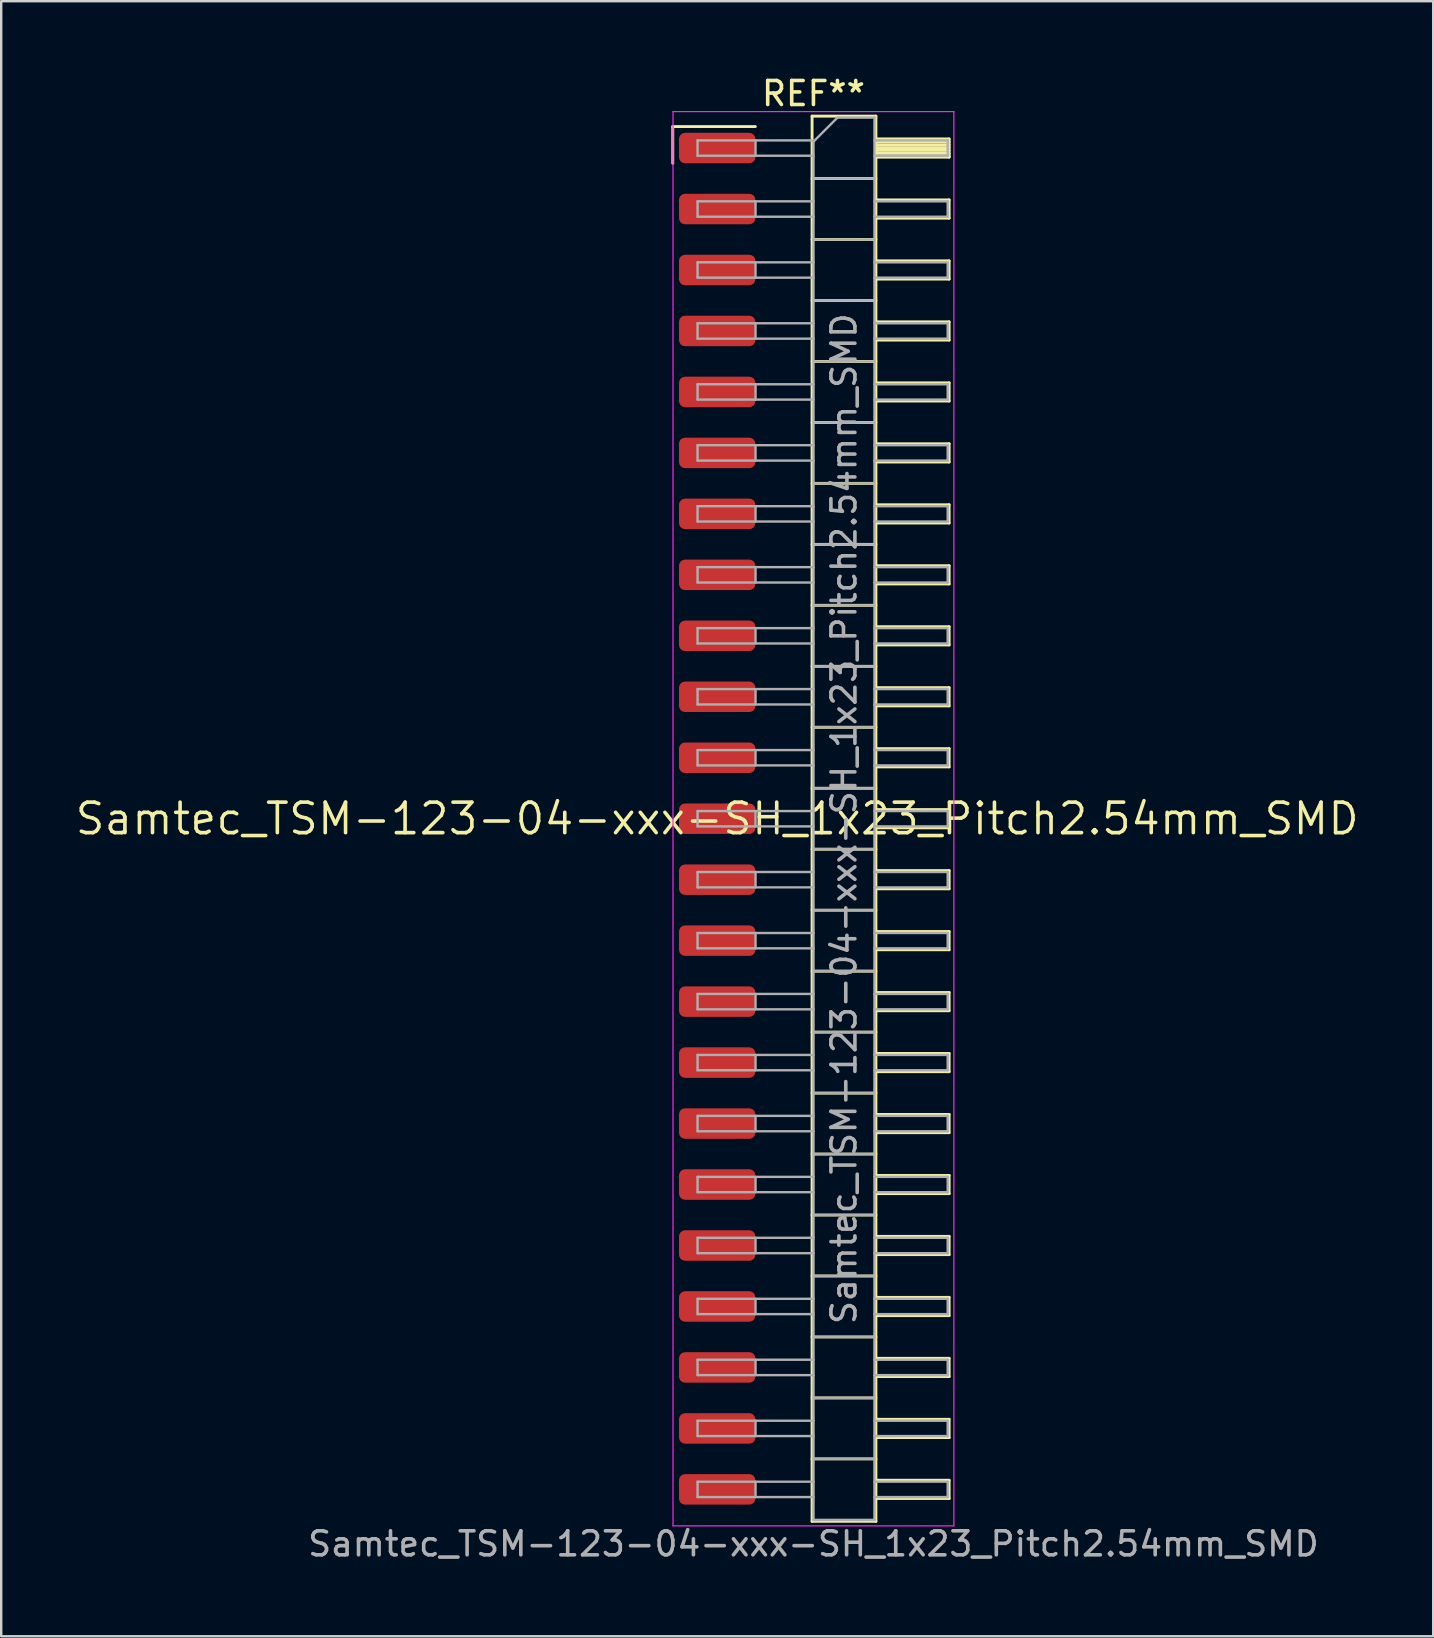
<source format=kicad_pcb>
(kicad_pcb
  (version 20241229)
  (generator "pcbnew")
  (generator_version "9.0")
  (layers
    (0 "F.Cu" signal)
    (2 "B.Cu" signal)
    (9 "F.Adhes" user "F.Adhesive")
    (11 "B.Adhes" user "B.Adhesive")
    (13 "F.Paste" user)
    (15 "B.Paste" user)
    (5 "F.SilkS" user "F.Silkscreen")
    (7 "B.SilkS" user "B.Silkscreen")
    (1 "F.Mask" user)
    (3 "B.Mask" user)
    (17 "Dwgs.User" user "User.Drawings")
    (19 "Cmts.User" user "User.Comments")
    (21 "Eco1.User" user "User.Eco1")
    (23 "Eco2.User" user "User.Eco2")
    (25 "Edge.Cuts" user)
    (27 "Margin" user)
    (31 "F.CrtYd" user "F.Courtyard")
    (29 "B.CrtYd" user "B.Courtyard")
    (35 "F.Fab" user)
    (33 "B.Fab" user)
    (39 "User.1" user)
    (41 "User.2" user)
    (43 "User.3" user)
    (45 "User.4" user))
  (footprint "Samtec_TSM-123-04-xxx-SH_1x23_Pitch2.54mm_SMD"
    (layer "F.Cu")
    (at 26.828 31.058)
    (property "Reference" "Samtec_TSM-123-04-xxx-SH_1x23_Pitch2.54mm_SMD" (at 0 0 0) (layer "F.SilkS") (effects (font (size 1.27 1.27) (thickness 0.15))))
    (attr smd)
    (fp_line (start -1.85 -28.835) (end 1.59 -28.835) (stroke (width 0.12) (type solid)) (layer "F.SilkS"))
    (fp_line (start -1.85 -27.305) (end -1.85 -28.835) (stroke (width 0.12) (type solid)) (layer "F.SilkS"))
    (fp_line (start 3.953 -29.27) (end 6.613 -29.27) (stroke (width 0.12) (type solid)) (layer "F.SilkS"))
    (fp_line (start 3.953 -26.67) (end 6.613 -26.67) (stroke (width 0.12) (type solid)) (layer "F.SilkS"))
    (fp_line (start 3.953 -24.13) (end 6.613 -24.13) (stroke (width 0.12) (type solid)) (layer "F.SilkS"))
    (fp_line (start 3.953 -21.59) (end 6.613 -21.59) (stroke (width 0.12) (type solid)) (layer "F.SilkS"))
    (fp_line (start 3.953 -19.05) (end 6.613 -19.05) (stroke (width 0.12) (type solid)) (layer "F.SilkS"))
    (fp_line (start 3.953 -16.51) (end 6.613 -16.51) (stroke (width 0.12) (type solid)) (layer "F.SilkS"))
    (fp_line (start 3.953 -13.97) (end 6.613 -13.97) (stroke (width 0.12) (type solid)) (layer "F.SilkS"))
    (fp_line (start 3.953 -11.43) (end 6.613 -11.43) (stroke (width 0.12) (type solid)) (layer "F.SilkS"))
    (fp_line (start 3.953 -8.89) (end 6.613 -8.89) (stroke (width 0.12) (type solid)) (layer "F.SilkS"))
    (fp_line (start 3.953 -6.35) (end 6.613 -6.35) (stroke (width 0.12) (type solid)) (layer "F.SilkS"))
    (fp_line (start 3.953 -3.81) (end 6.613 -3.81) (stroke (width 0.12) (type solid)) (layer "F.SilkS"))
    (fp_line (start 3.953 -1.27) (end 6.613 -1.27) (stroke (width 0.12) (type solid)) (layer "F.SilkS"))
    (fp_line (start 3.953 1.27) (end 6.613 1.27) (stroke (width 0.12) (type solid)) (layer "F.SilkS"))
    (fp_line (start 3.953 3.81) (end 6.613 3.81) (stroke (width 0.12) (type solid)) (layer "F.SilkS"))
    (fp_line (start 3.953 6.35) (end 6.613 6.35) (stroke (width 0.12) (type solid)) (layer "F.SilkS"))
    (fp_line (start 3.953 8.89) (end 6.613 8.89) (stroke (width 0.12) (type solid)) (layer "F.SilkS"))
    (fp_line (start 3.953 11.43) (end 6.613 11.43) (stroke (width 0.12) (type solid)) (layer "F.SilkS"))
    (fp_line (start 3.953 13.97) (end 6.613 13.97) (stroke (width 0.12) (type solid)) (layer "F.SilkS"))
    (fp_line (start 3.953 16.51) (end 6.613 16.51) (stroke (width 0.12) (type solid)) (layer "F.SilkS"))
    (fp_line (start 3.953 19.05) (end 6.613 19.05) (stroke (width 0.12) (type solid)) (layer "F.SilkS"))
    (fp_line (start 3.953 21.59) (end 6.613 21.59) (stroke (width 0.12) (type solid)) (layer "F.SilkS"))
    (fp_line (start 3.953 24.13) (end 6.613 24.13) (stroke (width 0.12) (type solid)) (layer "F.SilkS"))
    (fp_line (start 3.953 26.67) (end 6.613 26.67) (stroke (width 0.12) (type solid)) (layer "F.SilkS"))
    (fp_line (start 3.953 29.27) (end 3.953 -29.27) (stroke (width 0.12) (type solid)) (layer "F.SilkS"))
    (fp_line (start 6.613 -29.27) (end 6.613 29.27) (stroke (width 0.12) (type solid)) (layer "F.SilkS"))
    (fp_line (start 6.613 -28.32) (end 9.663 -28.32) (stroke (width 0.12) (type solid)) (layer "F.SilkS"))
    (fp_line (start 6.613 -28.2) (end 9.663 -28.2) (stroke (width 0.12) (type solid)) (layer "F.SilkS"))
    (fp_line (start 6.613 -28.08) (end 9.663 -28.08) (stroke (width 0.12) (type solid)) (layer "F.SilkS"))
    (fp_line (start 6.613 -27.96) (end 9.663 -27.96) (stroke (width 0.12) (type solid)) (layer "F.SilkS"))
    (fp_line (start 6.613 -27.84) (end 9.663 -27.84) (stroke (width 0.12) (type solid)) (layer "F.SilkS"))
    (fp_line (start 6.613 -27.72) (end 9.663 -27.72) (stroke (width 0.12) (type solid)) (layer "F.SilkS"))
    (fp_line (start 6.613 -27.6) (end 9.663 -27.6) (stroke (width 0.12) (type solid)) (layer "F.SilkS"))
    (fp_line (start 6.613 -27.56) (end 9.663 -27.56) (stroke (width 0.12) (type solid)) (layer "F.SilkS"))
    (fp_line (start 6.613 -25.78) (end 9.663 -25.78) (stroke (width 0.12) (type solid)) (layer "F.SilkS"))
    (fp_line (start 6.613 -25.02) (end 9.663 -25.02) (stroke (width 0.12) (type solid)) (layer "F.SilkS"))
    (fp_line (start 6.613 -23.24) (end 9.663 -23.24) (stroke (width 0.12) (type solid)) (layer "F.SilkS"))
    (fp_line (start 6.613 -22.48) (end 9.663 -22.48) (stroke (width 0.12) (type solid)) (layer "F.SilkS"))
    (fp_line (start 6.613 -20.7) (end 9.663 -20.7) (stroke (width 0.12) (type solid)) (layer "F.SilkS"))
    (fp_line (start 6.613 -19.94) (end 9.663 -19.94) (stroke (width 0.12) (type solid)) (layer "F.SilkS"))
    (fp_line (start 6.613 -18.16) (end 9.663 -18.16) (stroke (width 0.12) (type solid)) (layer "F.SilkS"))
    (fp_line (start 6.613 -17.4) (end 9.663 -17.4) (stroke (width 0.12) (type solid)) (layer "F.SilkS"))
    (fp_line (start 6.613 -15.62) (end 9.663 -15.62) (stroke (width 0.12) (type solid)) (layer "F.SilkS"))
    (fp_line (start 6.613 -14.86) (end 9.663 -14.86) (stroke (width 0.12) (type solid)) (layer "F.SilkS"))
    (fp_line (start 6.613 -13.08) (end 9.663 -13.08) (stroke (width 0.12) (type solid)) (layer "F.SilkS"))
    (fp_line (start 6.613 -12.32) (end 9.663 -12.32) (stroke (width 0.12) (type solid)) (layer "F.SilkS"))
    (fp_line (start 6.613 -10.54) (end 9.663 -10.54) (stroke (width 0.12) (type solid)) (layer "F.SilkS"))
    (fp_line (start 6.613 -9.78) (end 9.663 -9.78) (stroke (width 0.12) (type solid)) (layer "F.SilkS"))
    (fp_line (start 6.613 -8) (end 9.663 -8) (stroke (width 0.12) (type solid)) (layer "F.SilkS"))
    (fp_line (start 6.613 -7.24) (end 9.663 -7.24) (stroke (width 0.12) (type solid)) (layer "F.SilkS"))
    (fp_line (start 6.613 -5.46) (end 9.663 -5.46) (stroke (width 0.12) (type solid)) (layer "F.SilkS"))
    (fp_line (start 6.613 -4.7) (end 9.663 -4.7) (stroke (width 0.12) (type solid)) (layer "F.SilkS"))
    (fp_line (start 6.613 -2.92) (end 9.663 -2.92) (stroke (width 0.12) (type solid)) (layer "F.SilkS"))
    (fp_line (start 6.613 -2.16) (end 9.663 -2.16) (stroke (width 0.12) (type solid)) (layer "F.SilkS"))
    (fp_line (start 6.613 -0.38) (end 9.663 -0.38) (stroke (width 0.12) (type solid)) (layer "F.SilkS"))
    (fp_line (start 6.613 0.38) (end 9.663 0.38) (stroke (width 0.12) (type solid)) (layer "F.SilkS"))
    (fp_line (start 6.613 2.16) (end 9.663 2.16) (stroke (width 0.12) (type solid)) (layer "F.SilkS"))
    (fp_line (start 6.613 2.92) (end 9.663 2.92) (stroke (width 0.12) (type solid)) (layer "F.SilkS"))
    (fp_line (start 6.613 4.7) (end 9.663 4.7) (stroke (width 0.12) (type solid)) (layer "F.SilkS"))
    (fp_line (start 6.613 5.46) (end 9.663 5.46) (stroke (width 0.12) (type solid)) (layer "F.SilkS"))
    (fp_line (start 6.613 7.24) (end 9.663 7.24) (stroke (width 0.12) (type solid)) (layer "F.SilkS"))
    (fp_line (start 6.613 8) (end 9.663 8) (stroke (width 0.12) (type solid)) (layer "F.SilkS"))
    (fp_line (start 6.613 9.78) (end 9.663 9.78) (stroke (width 0.12) (type solid)) (layer "F.SilkS"))
    (fp_line (start 6.613 10.54) (end 9.663 10.54) (stroke (width 0.12) (type solid)) (layer "F.SilkS"))
    (fp_line (start 6.613 12.32) (end 9.663 12.32) (stroke (width 0.12) (type solid)) (layer "F.SilkS"))
    (fp_line (start 6.613 13.08) (end 9.663 13.08) (stroke (width 0.12) (type solid)) (layer "F.SilkS"))
    (fp_line (start 6.613 14.86) (end 9.663 14.86) (stroke (width 0.12) (type solid)) (layer "F.SilkS"))
    (fp_line (start 6.613 15.62) (end 9.663 15.62) (stroke (width 0.12) (type solid)) (layer "F.SilkS"))
    (fp_line (start 6.613 17.4) (end 9.663 17.4) (stroke (width 0.12) (type solid)) (layer "F.SilkS"))
    (fp_line (start 6.613 18.16) (end 9.663 18.16) (stroke (width 0.12) (type solid)) (layer "F.SilkS"))
    (fp_line (start 6.613 19.94) (end 9.663 19.94) (stroke (width 0.12) (type solid)) (layer "F.SilkS"))
    (fp_line (start 6.613 20.7) (end 9.663 20.7) (stroke (width 0.12) (type solid)) (layer "F.SilkS"))
    (fp_line (start 6.613 22.48) (end 9.663 22.48) (stroke (width 0.12) (type solid)) (layer "F.SilkS"))
    (fp_line (start 6.613 23.24) (end 9.663 23.24) (stroke (width 0.12) (type solid)) (layer "F.SilkS"))
    (fp_line (start 6.613 25.02) (end 9.663 25.02) (stroke (width 0.12) (type solid)) (layer "F.SilkS"))
    (fp_line (start 6.613 25.78) (end 9.663 25.78) (stroke (width 0.12) (type solid)) (layer "F.SilkS"))
    (fp_line (start 6.613 27.56) (end 9.663 27.56) (stroke (width 0.12) (type solid)) (layer "F.SilkS"))
    (fp_line (start 6.613 28.32) (end 9.663 28.32) (stroke (width 0.12) (type solid)) (layer "F.SilkS"))
    (fp_line (start 6.613 29.27) (end 3.953 29.27) (stroke (width 0.12) (type solid)) (layer "F.SilkS"))
    (fp_line (start 9.663 -28.32) (end 9.663 -27.56) (stroke (width 0.12) (type solid)) (layer "F.SilkS"))
    (fp_line (start 9.663 -25.78) (end 9.663 -25.02) (stroke (width 0.12) (type solid)) (layer "F.SilkS"))
    (fp_line (start 9.663 -23.24) (end 9.663 -22.48) (stroke (width 0.12) (type solid)) (layer "F.SilkS"))
    (fp_line (start 9.663 -20.7) (end 9.663 -19.94) (stroke (width 0.12) (type solid)) (layer "F.SilkS"))
    (fp_line (start 9.663 -18.16) (end 9.663 -17.4) (stroke (width 0.12) (type solid)) (layer "F.SilkS"))
    (fp_line (start 9.663 -15.62) (end 9.663 -14.86) (stroke (width 0.12) (type solid)) (layer "F.SilkS"))
    (fp_line (start 9.663 -13.08) (end 9.663 -12.32) (stroke (width 0.12) (type solid)) (layer "F.SilkS"))
    (fp_line (start 9.663 -10.54) (end 9.663 -9.78) (stroke (width 0.12) (type solid)) (layer "F.SilkS"))
    (fp_line (start 9.663 -8) (end 9.663 -7.24) (stroke (width 0.12) (type solid)) (layer "F.SilkS"))
    (fp_line (start 9.663 -5.46) (end 9.663 -4.7) (stroke (width 0.12) (type solid)) (layer "F.SilkS"))
    (fp_line (start 9.663 -2.92) (end 9.663 -2.16) (stroke (width 0.12) (type solid)) (layer "F.SilkS"))
    (fp_line (start 9.663 -0.38) (end 9.663 0.38) (stroke (width 0.12) (type solid)) (layer "F.SilkS"))
    (fp_line (start 9.663 2.16) (end 9.663 2.92) (stroke (width 0.12) (type solid)) (layer "F.SilkS"))
    (fp_line (start 9.663 4.7) (end 9.663 5.46) (stroke (width 0.12) (type solid)) (layer "F.SilkS"))
    (fp_line (start 9.663 7.24) (end 9.663 8) (stroke (width 0.12) (type solid)) (layer "F.SilkS"))
    (fp_line (start 9.663 9.78) (end 9.663 10.54) (stroke (width 0.12) (type solid)) (layer "F.SilkS"))
    (fp_line (start 9.663 12.32) (end 9.663 13.08) (stroke (width 0.12) (type solid)) (layer "F.SilkS"))
    (fp_line (start 9.663 14.86) (end 9.663 15.62) (stroke (width 0.12) (type solid)) (layer "F.SilkS"))
    (fp_line (start 9.663 17.4) (end 9.663 18.16) (stroke (width 0.12) (type solid)) (layer "F.SilkS"))
    (fp_line (start 9.663 19.94) (end 9.663 20.7) (stroke (width 0.12) (type solid)) (layer "F.SilkS"))
    (fp_line (start 9.663 22.48) (end 9.663 23.24) (stroke (width 0.12) (type solid)) (layer "F.SilkS"))
    (fp_line (start 9.663 25.02) (end 9.663 25.78) (stroke (width 0.12) (type solid)) (layer "F.SilkS"))
    (fp_line (start 9.663 27.56) (end 9.663 28.32) (stroke (width 0.12) (type solid)) (layer "F.SilkS"))
    (fp_line (start -1.84 -29.46) (end 9.86 -29.46) (stroke (width 0.05) (type solid)) (layer "F.CrtYd"))
    (fp_line (start -1.84 29.46) (end -1.84 -29.46) (stroke (width 0.05) (type solid)) (layer "F.CrtYd"))
    (fp_line (start 9.86 -29.46) (end 9.86 29.46) (stroke (width 0.05) (type solid)) (layer "F.CrtYd"))
    (fp_line (start 9.86 29.46) (end -1.84 29.46) (stroke (width 0.05) (type solid)) (layer "F.CrtYd"))
    (fp_line (start -0.817 -28.26) (end -0.817 -27.62) (stroke (width 0.1) (type solid)) (layer "F.Fab"))
    (fp_line (start -0.817 -28.26) (end 4.013 -28.26) (stroke (width 0.1) (type solid)) (layer "F.Fab"))
    (fp_line (start -0.817 -27.62) (end 4.013 -27.62) (stroke (width 0.1) (type solid)) (layer "F.Fab"))
    (fp_line (start -0.817 -25.72) (end -0.817 -25.08) (stroke (width 0.1) (type solid)) (layer "F.Fab"))
    (fp_line (start -0.817 -25.72) (end 4.013 -25.72) (stroke (width 0.1) (type solid)) (layer "F.Fab"))
    (fp_line (start -0.817 -25.08) (end 4.013 -25.08) (stroke (width 0.1) (type solid)) (layer "F.Fab"))
    (fp_line (start -0.817 -23.18) (end -0.817 -22.54) (stroke (width 0.1) (type solid)) (layer "F.Fab"))
    (fp_line (start -0.817 -23.18) (end 4.013 -23.18) (stroke (width 0.1) (type solid)) (layer "F.Fab"))
    (fp_line (start -0.817 -22.54) (end 4.013 -22.54) (stroke (width 0.1) (type solid)) (layer "F.Fab"))
    (fp_line (start -0.817 -20.64) (end -0.817 -20) (stroke (width 0.1) (type solid)) (layer "F.Fab"))
    (fp_line (start -0.817 -20.64) (end 4.013 -20.64) (stroke (width 0.1) (type solid)) (layer "F.Fab"))
    (fp_line (start -0.817 -20) (end 4.013 -20) (stroke (width 0.1) (type solid)) (layer "F.Fab"))
    (fp_line (start -0.817 -18.1) (end -0.817 -17.46) (stroke (width 0.1) (type solid)) (layer "F.Fab"))
    (fp_line (start -0.817 -18.1) (end 4.013 -18.1) (stroke (width 0.1) (type solid)) (layer "F.Fab"))
    (fp_line (start -0.817 -17.46) (end 4.013 -17.46) (stroke (width 0.1) (type solid)) (layer "F.Fab"))
    (fp_line (start -0.817 -15.56) (end -0.817 -14.92) (stroke (width 0.1) (type solid)) (layer "F.Fab"))
    (fp_line (start -0.817 -15.56) (end 4.013 -15.56) (stroke (width 0.1) (type solid)) (layer "F.Fab"))
    (fp_line (start -0.817 -14.92) (end 4.013 -14.92) (stroke (width 0.1) (type solid)) (layer "F.Fab"))
    (fp_line (start -0.817 -13.02) (end -0.817 -12.38) (stroke (width 0.1) (type solid)) (layer "F.Fab"))
    (fp_line (start -0.817 -13.02) (end 4.013 -13.02) (stroke (width 0.1) (type solid)) (layer "F.Fab"))
    (fp_line (start -0.817 -12.38) (end 4.013 -12.38) (stroke (width 0.1) (type solid)) (layer "F.Fab"))
    (fp_line (start -0.817 -10.48) (end -0.817 -9.84) (stroke (width 0.1) (type solid)) (layer "F.Fab"))
    (fp_line (start -0.817 -10.48) (end 4.013 -10.48) (stroke (width 0.1) (type solid)) (layer "F.Fab"))
    (fp_line (start -0.817 -9.84) (end 4.013 -9.84) (stroke (width 0.1) (type solid)) (layer "F.Fab"))
    (fp_line (start -0.817 -7.94) (end -0.817 -7.3) (stroke (width 0.1) (type solid)) (layer "F.Fab"))
    (fp_line (start -0.817 -7.94) (end 4.013 -7.94) (stroke (width 0.1) (type solid)) (layer "F.Fab"))
    (fp_line (start -0.817 -7.3) (end 4.013 -7.3) (stroke (width 0.1) (type solid)) (layer "F.Fab"))
    (fp_line (start -0.817 -5.4) (end -0.817 -4.76) (stroke (width 0.1) (type solid)) (layer "F.Fab"))
    (fp_line (start -0.817 -5.4) (end 4.013 -5.4) (stroke (width 0.1) (type solid)) (layer "F.Fab"))
    (fp_line (start -0.817 -4.76) (end 4.013 -4.76) (stroke (width 0.1) (type solid)) (layer "F.Fab"))
    (fp_line (start -0.817 -2.86) (end -0.817 -2.22) (stroke (width 0.1) (type solid)) (layer "F.Fab"))
    (fp_line (start -0.817 -2.86) (end 4.013 -2.86) (stroke (width 0.1) (type solid)) (layer "F.Fab"))
    (fp_line (start -0.817 -2.22) (end 4.013 -2.22) (stroke (width 0.1) (type solid)) (layer "F.Fab"))
    (fp_line (start -0.817 -0.32) (end -0.817 0.32) (stroke (width 0.1) (type solid)) (layer "F.Fab"))
    (fp_line (start -0.817 -0.32) (end 4.013 -0.32) (stroke (width 0.1) (type solid)) (layer "F.Fab"))
    (fp_line (start -0.817 0.32) (end 4.013 0.32) (stroke (width 0.1) (type solid)) (layer "F.Fab"))
    (fp_line (start -0.817 2.22) (end -0.817 2.86) (stroke (width 0.1) (type solid)) (layer "F.Fab"))
    (fp_line (start -0.817 2.22) (end 4.013 2.22) (stroke (width 0.1) (type solid)) (layer "F.Fab"))
    (fp_line (start -0.817 2.86) (end 4.013 2.86) (stroke (width 0.1) (type solid)) (layer "F.Fab"))
    (fp_line (start -0.817 4.76) (end -0.817 5.4) (stroke (width 0.1) (type solid)) (layer "F.Fab"))
    (fp_line (start -0.817 4.76) (end 4.013 4.76) (stroke (width 0.1) (type solid)) (layer "F.Fab"))
    (fp_line (start -0.817 5.4) (end 4.013 5.4) (stroke (width 0.1) (type solid)) (layer "F.Fab"))
    (fp_line (start -0.817 7.3) (end -0.817 7.94) (stroke (width 0.1) (type solid)) (layer "F.Fab"))
    (fp_line (start -0.817 7.3) (end 4.013 7.3) (stroke (width 0.1) (type solid)) (layer "F.Fab"))
    (fp_line (start -0.817 7.94) (end 4.013 7.94) (stroke (width 0.1) (type solid)) (layer "F.Fab"))
    (fp_line (start -0.817 9.84) (end -0.817 10.48) (stroke (width 0.1) (type solid)) (layer "F.Fab"))
    (fp_line (start -0.817 9.84) (end 4.013 9.84) (stroke (width 0.1) (type solid)) (layer "F.Fab"))
    (fp_line (start -0.817 10.48) (end 4.013 10.48) (stroke (width 0.1) (type solid)) (layer "F.Fab"))
    (fp_line (start -0.817 12.38) (end -0.817 13.02) (stroke (width 0.1) (type solid)) (layer "F.Fab"))
    (fp_line (start -0.817 12.38) (end 4.013 12.38) (stroke (width 0.1) (type solid)) (layer "F.Fab"))
    (fp_line (start -0.817 13.02) (end 4.013 13.02) (stroke (width 0.1) (type solid)) (layer "F.Fab"))
    (fp_line (start -0.817 14.92) (end -0.817 15.56) (stroke (width 0.1) (type solid)) (layer "F.Fab"))
    (fp_line (start -0.817 14.92) (end 4.013 14.92) (stroke (width 0.1) (type solid)) (layer "F.Fab"))
    (fp_line (start -0.817 15.56) (end 4.013 15.56) (stroke (width 0.1) (type solid)) (layer "F.Fab"))
    (fp_line (start -0.817 17.46) (end -0.817 18.1) (stroke (width 0.1) (type solid)) (layer "F.Fab"))
    (fp_line (start -0.817 17.46) (end 4.013 17.46) (stroke (width 0.1) (type solid)) (layer "F.Fab"))
    (fp_line (start -0.817 18.1) (end 4.013 18.1) (stroke (width 0.1) (type solid)) (layer "F.Fab"))
    (fp_line (start -0.817 20) (end -0.817 20.64) (stroke (width 0.1) (type solid)) (layer "F.Fab"))
    (fp_line (start -0.817 20) (end 4.013 20) (stroke (width 0.1) (type solid)) (layer "F.Fab"))
    (fp_line (start -0.817 20.64) (end 4.013 20.64) (stroke (width 0.1) (type solid)) (layer "F.Fab"))
    (fp_line (start -0.817 22.54) (end -0.817 23.18) (stroke (width 0.1) (type solid)) (layer "F.Fab"))
    (fp_line (start -0.817 22.54) (end 4.013 22.54) (stroke (width 0.1) (type solid)) (layer "F.Fab"))
    (fp_line (start -0.817 23.18) (end 4.013 23.18) (stroke (width 0.1) (type solid)) (layer "F.Fab"))
    (fp_line (start -0.817 25.08) (end -0.817 25.72) (stroke (width 0.1) (type solid)) (layer "F.Fab"))
    (fp_line (start -0.817 25.08) (end 4.013 25.08) (stroke (width 0.1) (type solid)) (layer "F.Fab"))
    (fp_line (start -0.817 25.72) (end 4.013 25.72) (stroke (width 0.1) (type solid)) (layer "F.Fab"))
    (fp_line (start -0.817 27.62) (end -0.817 28.26) (stroke (width 0.1) (type solid)) (layer "F.Fab"))
    (fp_line (start -0.817 27.62) (end 4.013 27.62) (stroke (width 0.1) (type solid)) (layer "F.Fab"))
    (fp_line (start -0.817 28.26) (end 4.013 28.26) (stroke (width 0.1) (type solid)) (layer "F.Fab"))
    (fp_line (start 1.598 -28.26) (end 1.598 -27.62) (stroke (width 0.1) (type solid)) (layer "F.Fab"))
    (fp_line (start 1.598 -25.72) (end 1.598 -25.08) (stroke (width 0.1) (type solid)) (layer "F.Fab"))
    (fp_line (start 1.598 -23.18) (end 1.598 -22.54) (stroke (width 0.1) (type solid)) (layer "F.Fab"))
    (fp_line (start 1.598 -20.64) (end 1.598 -20) (stroke (width 0.1) (type solid)) (layer "F.Fab"))
    (fp_line (start 1.598 -18.1) (end 1.598 -17.46) (stroke (width 0.1) (type solid)) (layer "F.Fab"))
    (fp_line (start 1.598 -15.56) (end 1.598 -14.92) (stroke (width 0.1) (type solid)) (layer "F.Fab"))
    (fp_line (start 1.598 -13.02) (end 1.598 -12.38) (stroke (width 0.1) (type solid)) (layer "F.Fab"))
    (fp_line (start 1.598 -10.48) (end 1.598 -9.84) (stroke (width 0.1) (type solid)) (layer "F.Fab"))
    (fp_line (start 1.598 -7.94) (end 1.598 -7.3) (stroke (width 0.1) (type solid)) (layer "F.Fab"))
    (fp_line (start 1.598 -5.4) (end 1.598 -4.76) (stroke (width 0.1) (type solid)) (layer "F.Fab"))
    (fp_line (start 1.598 -2.86) (end 1.598 -2.22) (stroke (width 0.1) (type solid)) (layer "F.Fab"))
    (fp_line (start 1.598 -0.32) (end 1.598 0.32) (stroke (width 0.1) (type solid)) (layer "F.Fab"))
    (fp_line (start 1.598 2.22) (end 1.598 2.86) (stroke (width 0.1) (type solid)) (layer "F.Fab"))
    (fp_line (start 1.598 4.76) (end 1.598 5.4) (stroke (width 0.1) (type solid)) (layer "F.Fab"))
    (fp_line (start 1.598 7.3) (end 1.598 7.94) (stroke (width 0.1) (type solid)) (layer "F.Fab"))
    (fp_line (start 1.598 9.84) (end 1.598 10.48) (stroke (width 0.1) (type solid)) (layer "F.Fab"))
    (fp_line (start 1.598 12.38) (end 1.598 13.02) (stroke (width 0.1) (type solid)) (layer "F.Fab"))
    (fp_line (start 1.598 14.92) (end 1.598 15.56) (stroke (width 0.1) (type solid)) (layer "F.Fab"))
    (fp_line (start 1.598 17.46) (end 1.598 18.1) (stroke (width 0.1) (type solid)) (layer "F.Fab"))
    (fp_line (start 1.598 20) (end 1.598 20.64) (stroke (width 0.1) (type solid)) (layer "F.Fab"))
    (fp_line (start 1.598 22.54) (end 1.598 23.18) (stroke (width 0.1) (type solid)) (layer "F.Fab"))
    (fp_line (start 1.598 25.08) (end 1.598 25.72) (stroke (width 0.1) (type solid)) (layer "F.Fab"))
    (fp_line (start 1.598 27.62) (end 1.598 28.26) (stroke (width 0.1) (type solid)) (layer "F.Fab"))
    (fp_line (start 4.013 -28.21) (end 5.013 -29.21) (stroke (width 0.1) (type solid)) (layer "F.Fab"))
    (fp_line (start 4.013 -26.67) (end 6.553 -26.67) (stroke (width 0.1) (type solid)) (layer "F.Fab"))
    (fp_line (start 4.013 -24.13) (end 6.553 -24.13) (stroke (width 0.1) (type solid)) (layer "F.Fab"))
    (fp_line (start 4.013 -21.59) (end 6.553 -21.59) (stroke (width 0.1) (type solid)) (layer "F.Fab"))
    (fp_line (start 4.013 -19.05) (end 6.553 -19.05) (stroke (width 0.1) (type solid)) (layer "F.Fab"))
    (fp_line (start 4.013 -16.51) (end 6.553 -16.51) (stroke (width 0.1) (type solid)) (layer "F.Fab"))
    (fp_line (start 4.013 -13.97) (end 6.553 -13.97) (stroke (width 0.1) (type solid)) (layer "F.Fab"))
    (fp_line (start 4.013 -11.43) (end 6.553 -11.43) (stroke (width 0.1) (type solid)) (layer "F.Fab"))
    (fp_line (start 4.013 -8.89) (end 6.553 -8.89) (stroke (width 0.1) (type solid)) (layer "F.Fab"))
    (fp_line (start 4.013 -6.35) (end 6.553 -6.35) (stroke (width 0.1) (type solid)) (layer "F.Fab"))
    (fp_line (start 4.013 -3.81) (end 6.553 -3.81) (stroke (width 0.1) (type solid)) (layer "F.Fab"))
    (fp_line (start 4.013 -1.27) (end 6.553 -1.27) (stroke (width 0.1) (type solid)) (layer "F.Fab"))
    (fp_line (start 4.013 1.27) (end 6.553 1.27) (stroke (width 0.1) (type solid)) (layer "F.Fab"))
    (fp_line (start 4.013 3.81) (end 6.553 3.81) (stroke (width 0.1) (type solid)) (layer "F.Fab"))
    (fp_line (start 4.013 6.35) (end 6.553 6.35) (stroke (width 0.1) (type solid)) (layer "F.Fab"))
    (fp_line (start 4.013 8.89) (end 6.553 8.89) (stroke (width 0.1) (type solid)) (layer "F.Fab"))
    (fp_line (start 4.013 11.43) (end 6.553 11.43) (stroke (width 0.1) (type solid)) (layer "F.Fab"))
    (fp_line (start 4.013 13.97) (end 6.553 13.97) (stroke (width 0.1) (type solid)) (layer "F.Fab"))
    (fp_line (start 4.013 16.51) (end 6.553 16.51) (stroke (width 0.1) (type solid)) (layer "F.Fab"))
    (fp_line (start 4.013 19.05) (end 6.553 19.05) (stroke (width 0.1) (type solid)) (layer "F.Fab"))
    (fp_line (start 4.013 21.59) (end 6.553 21.59) (stroke (width 0.1) (type solid)) (layer "F.Fab"))
    (fp_line (start 4.013 24.13) (end 6.553 24.13) (stroke (width 0.1) (type solid)) (layer "F.Fab"))
    (fp_line (start 4.013 26.67) (end 6.553 26.67) (stroke (width 0.1) (type solid)) (layer "F.Fab"))
    (fp_line (start 4.013 29.21) (end 4.013 -28.21) (stroke (width 0.1) (type solid)) (layer "F.Fab"))
    (fp_line (start 5.013 -29.21) (end 6.553 -29.21) (stroke (width 0.1) (type solid)) (layer "F.Fab"))
    (fp_line (start 6.553 -29.21) (end 6.553 29.21) (stroke (width 0.1) (type solid)) (layer "F.Fab"))
    (fp_line (start 6.553 -28.26) (end 9.603 -28.26) (stroke (width 0.1) (type solid)) (layer "F.Fab"))
    (fp_line (start 6.553 -27.62) (end 9.603 -27.62) (stroke (width 0.1) (type solid)) (layer "F.Fab"))
    (fp_line (start 6.553 -25.72) (end 9.603 -25.72) (stroke (width 0.1) (type solid)) (layer "F.Fab"))
    (fp_line (start 6.553 -25.08) (end 9.603 -25.08) (stroke (width 0.1) (type solid)) (layer "F.Fab"))
    (fp_line (start 6.553 -23.18) (end 9.603 -23.18) (stroke (width 0.1) (type solid)) (layer "F.Fab"))
    (fp_line (start 6.553 -22.54) (end 9.603 -22.54) (stroke (width 0.1) (type solid)) (layer "F.Fab"))
    (fp_line (start 6.553 -20.64) (end 9.603 -20.64) (stroke (width 0.1) (type solid)) (layer "F.Fab"))
    (fp_line (start 6.553 -20) (end 9.603 -20) (stroke (width 0.1) (type solid)) (layer "F.Fab"))
    (fp_line (start 6.553 -18.1) (end 9.603 -18.1) (stroke (width 0.1) (type solid)) (layer "F.Fab"))
    (fp_line (start 6.553 -17.46) (end 9.603 -17.46) (stroke (width 0.1) (type solid)) (layer "F.Fab"))
    (fp_line (start 6.553 -15.56) (end 9.603 -15.56) (stroke (width 0.1) (type solid)) (layer "F.Fab"))
    (fp_line (start 6.553 -14.92) (end 9.603 -14.92) (stroke (width 0.1) (type solid)) (layer "F.Fab"))
    (fp_line (start 6.553 -13.02) (end 9.603 -13.02) (stroke (width 0.1) (type solid)) (layer "F.Fab"))
    (fp_line (start 6.553 -12.38) (end 9.603 -12.38) (stroke (width 0.1) (type solid)) (layer "F.Fab"))
    (fp_line (start 6.553 -10.48) (end 9.603 -10.48) (stroke (width 0.1) (type solid)) (layer "F.Fab"))
    (fp_line (start 6.553 -9.84) (end 9.603 -9.84) (stroke (width 0.1) (type solid)) (layer "F.Fab"))
    (fp_line (start 6.553 -7.94) (end 9.603 -7.94) (stroke (width 0.1) (type solid)) (layer "F.Fab"))
    (fp_line (start 6.553 -7.3) (end 9.603 -7.3) (stroke (width 0.1) (type solid)) (layer "F.Fab"))
    (fp_line (start 6.553 -5.4) (end 9.603 -5.4) (stroke (width 0.1) (type solid)) (layer "F.Fab"))
    (fp_line (start 6.553 -4.76) (end 9.603 -4.76) (stroke (width 0.1) (type solid)) (layer "F.Fab"))
    (fp_line (start 6.553 -2.86) (end 9.603 -2.86) (stroke (width 0.1) (type solid)) (layer "F.Fab"))
    (fp_line (start 6.553 -2.22) (end 9.603 -2.22) (stroke (width 0.1) (type solid)) (layer "F.Fab"))
    (fp_line (start 6.553 -0.32) (end 9.603 -0.32) (stroke (width 0.1) (type solid)) (layer "F.Fab"))
    (fp_line (start 6.553 0.32) (end 9.603 0.32) (stroke (width 0.1) (type solid)) (layer "F.Fab"))
    (fp_line (start 6.553 2.22) (end 9.603 2.22) (stroke (width 0.1) (type solid)) (layer "F.Fab"))
    (fp_line (start 6.553 2.86) (end 9.603 2.86) (stroke (width 0.1) (type solid)) (layer "F.Fab"))
    (fp_line (start 6.553 4.76) (end 9.603 4.76) (stroke (width 0.1) (type solid)) (layer "F.Fab"))
    (fp_line (start 6.553 5.4) (end 9.603 5.4) (stroke (width 0.1) (type solid)) (layer "F.Fab"))
    (fp_line (start 6.553 7.3) (end 9.603 7.3) (stroke (width 0.1) (type solid)) (layer "F.Fab"))
    (fp_line (start 6.553 7.94) (end 9.603 7.94) (stroke (width 0.1) (type solid)) (layer "F.Fab"))
    (fp_line (start 6.553 9.84) (end 9.603 9.84) (stroke (width 0.1) (type solid)) (layer "F.Fab"))
    (fp_line (start 6.553 10.48) (end 9.603 10.48) (stroke (width 0.1) (type solid)) (layer "F.Fab"))
    (fp_line (start 6.553 12.38) (end 9.603 12.38) (stroke (width 0.1) (type solid)) (layer "F.Fab"))
    (fp_line (start 6.553 13.02) (end 9.603 13.02) (stroke (width 0.1) (type solid)) (layer "F.Fab"))
    (fp_line (start 6.553 14.92) (end 9.603 14.92) (stroke (width 0.1) (type solid)) (layer "F.Fab"))
    (fp_line (start 6.553 15.56) (end 9.603 15.56) (stroke (width 0.1) (type solid)) (layer "F.Fab"))
    (fp_line (start 6.553 17.46) (end 9.603 17.46) (stroke (width 0.1) (type solid)) (layer "F.Fab"))
    (fp_line (start 6.553 18.1) (end 9.603 18.1) (stroke (width 0.1) (type solid)) (layer "F.Fab"))
    (fp_line (start 6.553 20) (end 9.603 20) (stroke (width 0.1) (type solid)) (layer "F.Fab"))
    (fp_line (start 6.553 20.64) (end 9.603 20.64) (stroke (width 0.1) (type solid)) (layer "F.Fab"))
    (fp_line (start 6.553 22.54) (end 9.603 22.54) (stroke (width 0.1) (type solid)) (layer "F.Fab"))
    (fp_line (start 6.553 23.18) (end 9.603 23.18) (stroke (width 0.1) (type solid)) (layer "F.Fab"))
    (fp_line (start 6.553 25.08) (end 9.603 25.08) (stroke (width 0.1) (type solid)) (layer "F.Fab"))
    (fp_line (start 6.553 25.72) (end 9.603 25.72) (stroke (width 0.1) (type solid)) (layer "F.Fab"))
    (fp_line (start 6.553 27.62) (end 9.603 27.62) (stroke (width 0.1) (type solid)) (layer "F.Fab"))
    (fp_line (start 6.553 28.26) (end 9.603 28.26) (stroke (width 0.1) (type solid)) (layer "F.Fab"))
    (fp_line (start 6.553 29.21) (end 4.013 29.21) (stroke (width 0.1) (type solid)) (layer "F.Fab"))
    (fp_line (start 9.603 -28.26) (end 9.603 -27.62) (stroke (width 0.1) (type solid)) (layer "F.Fab"))
    (fp_line (start 9.603 -25.72) (end 9.603 -25.08) (stroke (width 0.1) (type solid)) (layer "F.Fab"))
    (fp_line (start 9.603 -23.18) (end 9.603 -22.54) (stroke (width 0.1) (type solid)) (layer "F.Fab"))
    (fp_line (start 9.603 -20.64) (end 9.603 -20) (stroke (width 0.1) (type solid)) (layer "F.Fab"))
    (fp_line (start 9.603 -18.1) (end 9.603 -17.46) (stroke (width 0.1) (type solid)) (layer "F.Fab"))
    (fp_line (start 9.603 -15.56) (end 9.603 -14.92) (stroke (width 0.1) (type solid)) (layer "F.Fab"))
    (fp_line (start 9.603 -13.02) (end 9.603 -12.38) (stroke (width 0.1) (type solid)) (layer "F.Fab"))
    (fp_line (start 9.603 -10.48) (end 9.603 -9.84) (stroke (width 0.1) (type solid)) (layer "F.Fab"))
    (fp_line (start 9.603 -7.94) (end 9.603 -7.3) (stroke (width 0.1) (type solid)) (layer "F.Fab"))
    (fp_line (start 9.603 -5.4) (end 9.603 -4.76) (stroke (width 0.1) (type solid)) (layer "F.Fab"))
    (fp_line (start 9.603 -2.86) (end 9.603 -2.22) (stroke (width 0.1) (type solid)) (layer "F.Fab"))
    (fp_line (start 9.603 -0.32) (end 9.603 0.32) (stroke (width 0.1) (type solid)) (layer "F.Fab"))
    (fp_line (start 9.603 2.22) (end 9.603 2.86) (stroke (width 0.1) (type solid)) (layer "F.Fab"))
    (fp_line (start 9.603 4.76) (end 9.603 5.4) (stroke (width 0.1) (type solid)) (layer "F.Fab"))
    (fp_line (start 9.603 7.3) (end 9.603 7.94) (stroke (width 0.1) (type solid)) (layer "F.Fab"))
    (fp_line (start 9.603 9.84) (end 9.603 10.48) (stroke (width 0.1) (type solid)) (layer "F.Fab"))
    (fp_line (start 9.603 12.38) (end 9.603 13.02) (stroke (width 0.1) (type solid)) (layer "F.Fab"))
    (fp_line (start 9.603 14.92) (end 9.603 15.56) (stroke (width 0.1) (type solid)) (layer "F.Fab"))
    (fp_line (start 9.603 17.46) (end 9.603 18.1) (stroke (width 0.1) (type solid)) (layer "F.Fab"))
    (fp_line (start 9.603 20) (end 9.603 20.64) (stroke (width 0.1) (type solid)) (layer "F.Fab"))
    (fp_line (start 9.603 22.54) (end 9.603 23.18) (stroke (width 0.1) (type solid)) (layer "F.Fab"))
    (fp_line (start 9.603 25.08) (end 9.603 25.72) (stroke (width 0.1) (type solid)) (layer "F.Fab"))
    (fp_line (start 9.603 27.62) (end 9.603 28.26) (stroke (width 0.1) (type solid)) (layer "F.Fab"))
    (fp_text user "REF**" (at 4.01 -30.21 0) (layer "F.SilkS") (effects (font (size 1 1) (thickness 0.15))))
    (fp_text user "Samtec_TSM-123-04-xxx-SH_1x23_Pitch2.54mm_SMD" (at 4.01 30.21 0) (layer "F.Fab") (effects (font (size 1 1) (thickness 0.15))))
    (fp_text user "${REFERENCE}" (at 5.283 0 90) (layer "F.Fab") (effects (font (size 1 1) (thickness 0.15))))
    (pad "1" smd roundrect (at 0 -27.94) (size 3.18 1.27) (layers "F.Cu" "F.Mask" "F.Paste") (roundrect_rratio 0.197))
    (pad "2" smd roundrect (at 0 -25.4) (size 3.18 1.27) (layers "F.Cu" "F.Mask" "F.Paste") (roundrect_rratio 0.197))
    (pad "3" smd roundrect (at 0 -22.86) (size 3.18 1.27) (layers "F.Cu" "F.Mask" "F.Paste") (roundrect_rratio 0.197))
    (pad "4" smd roundrect (at 0 -20.32) (size 3.18 1.27) (layers "F.Cu" "F.Mask" "F.Paste") (roundrect_rratio 0.197))
    (pad "5" smd roundrect (at 0 -17.78) (size 3.18 1.27) (layers "F.Cu" "F.Mask" "F.Paste") (roundrect_rratio 0.197))
    (pad "6" smd roundrect (at 0 -15.24) (size 3.18 1.27) (layers "F.Cu" "F.Mask" "F.Paste") (roundrect_rratio 0.197))
    (pad "7" smd roundrect (at 0 -12.7) (size 3.18 1.27) (layers "F.Cu" "F.Mask" "F.Paste") (roundrect_rratio 0.197))
    (pad "8" smd roundrect (at 0 -10.16) (size 3.18 1.27) (layers "F.Cu" "F.Mask" "F.Paste") (roundrect_rratio 0.197))
    (pad "9" smd roundrect (at 0 -7.62) (size 3.18 1.27) (layers "F.Cu" "F.Mask" "F.Paste") (roundrect_rratio 0.197))
    (pad "10" smd roundrect (at 0 -5.08) (size 3.18 1.27) (layers "F.Cu" "F.Mask" "F.Paste") (roundrect_rratio 0.197))
    (pad "11" smd roundrect (at 0 -2.54) (size 3.18 1.27) (layers "F.Cu" "F.Mask" "F.Paste") (roundrect_rratio 0.197))
    (pad "12" smd roundrect (at 0 0) (size 3.18 1.27) (layers "F.Cu" "F.Mask" "F.Paste") (roundrect_rratio 0.197))
    (pad "13" smd roundrect (at 0 2.54) (size 3.18 1.27) (layers "F.Cu" "F.Mask" "F.Paste") (roundrect_rratio 0.197))
    (pad "14" smd roundrect (at 0 5.08) (size 3.18 1.27) (layers "F.Cu" "F.Mask" "F.Paste") (roundrect_rratio 0.197))
    (pad "15" smd roundrect (at 0 7.62) (size 3.18 1.27) (layers "F.Cu" "F.Mask" "F.Paste") (roundrect_rratio 0.197))
    (pad "16" smd roundrect (at 0 10.16) (size 3.18 1.27) (layers "F.Cu" "F.Mask" "F.Paste") (roundrect_rratio 0.197))
    (pad "17" smd roundrect (at 0 12.7) (size 3.18 1.27) (layers "F.Cu" "F.Mask" "F.Paste") (roundrect_rratio 0.197))
    (pad "18" smd roundrect (at 0 15.24) (size 3.18 1.27) (layers "F.Cu" "F.Mask" "F.Paste") (roundrect_rratio 0.197))
    (pad "19" smd roundrect (at 0 17.78) (size 3.18 1.27) (layers "F.Cu" "F.Mask" "F.Paste") (roundrect_rratio 0.197))
    (pad "20" smd roundrect (at 0 20.32) (size 3.18 1.27) (layers "F.Cu" "F.Mask" "F.Paste") (roundrect_rratio 0.197))
    (pad "21" smd roundrect (at 0 22.86) (size 3.18 1.27) (layers "F.Cu" "F.Mask" "F.Paste") (roundrect_rratio 0.197))
    (pad "22" smd roundrect (at 0 25.4) (size 3.18 1.27) (layers "F.Cu" "F.Mask" "F.Paste") (roundrect_rratio 0.197))
    (pad "23" smd roundrect (at 0 27.94) (size 3.18 1.27) (layers "F.Cu" "F.Mask" "F.Paste") (roundrect_rratio 0.197)))
  (gr_rect
    (start -3 -3)
    (end 56.657 65.117)
    (stroke (width 0.1) (type default))
    (fill no)
    (layer "Edge.Cuts")))
</source>
